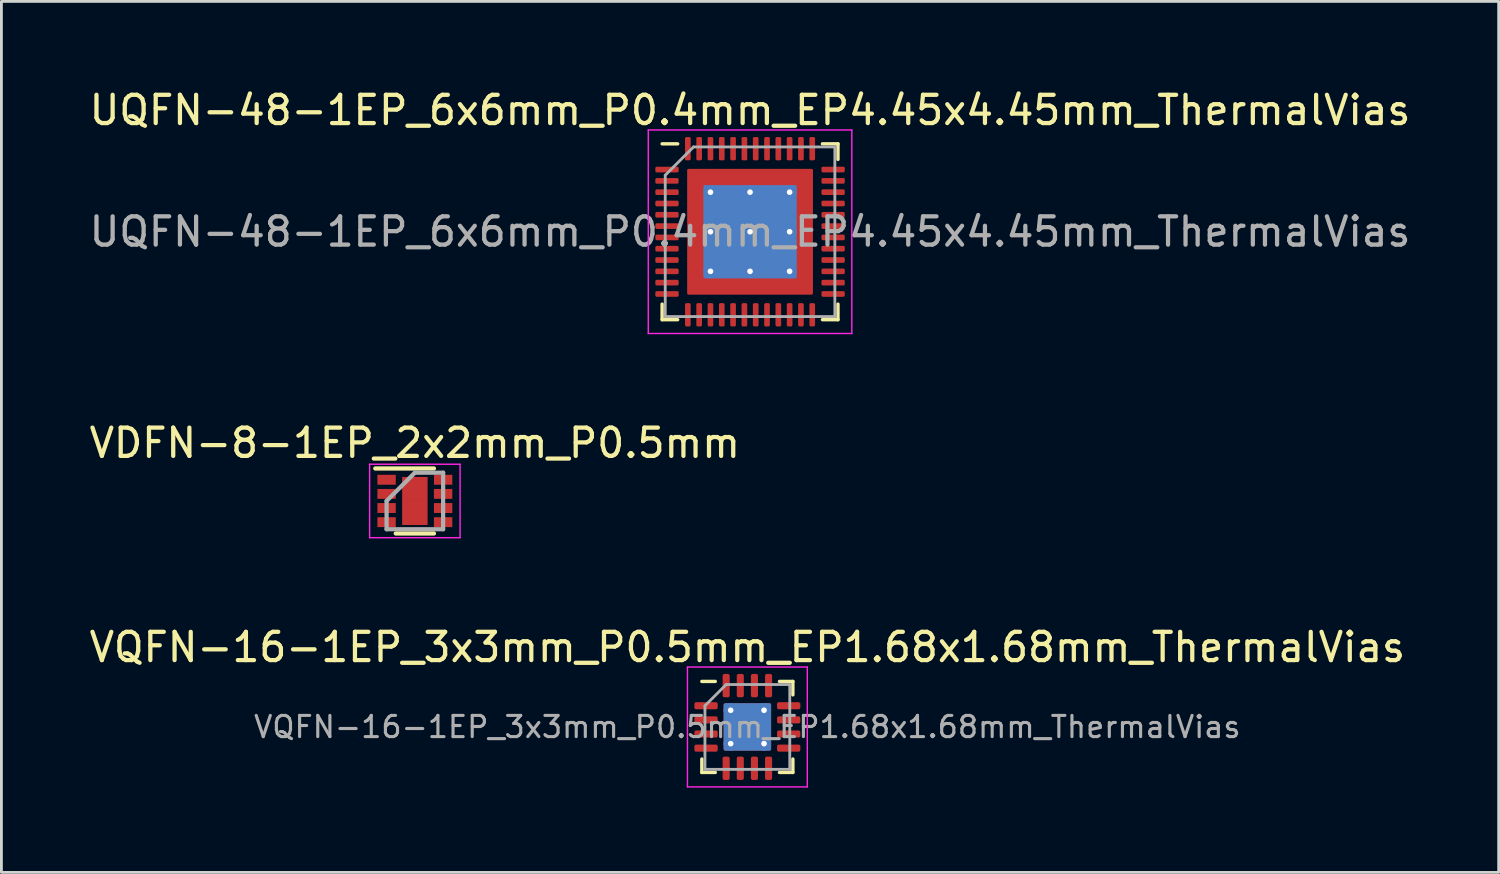
<source format=kicad_pcb>
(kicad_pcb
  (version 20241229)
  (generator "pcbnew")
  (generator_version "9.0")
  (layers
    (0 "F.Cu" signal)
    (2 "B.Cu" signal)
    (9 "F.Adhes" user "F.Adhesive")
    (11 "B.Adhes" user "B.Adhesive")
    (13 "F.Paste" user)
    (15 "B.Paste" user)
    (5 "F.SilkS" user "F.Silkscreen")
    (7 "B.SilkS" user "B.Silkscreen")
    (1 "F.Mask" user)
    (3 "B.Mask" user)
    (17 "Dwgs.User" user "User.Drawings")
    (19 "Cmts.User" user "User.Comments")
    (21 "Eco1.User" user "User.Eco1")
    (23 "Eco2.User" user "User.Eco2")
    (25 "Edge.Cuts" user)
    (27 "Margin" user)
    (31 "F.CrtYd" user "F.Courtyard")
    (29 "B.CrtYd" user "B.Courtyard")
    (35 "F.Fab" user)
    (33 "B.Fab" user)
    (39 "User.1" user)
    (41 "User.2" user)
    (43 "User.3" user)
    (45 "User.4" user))
  (footprint "VQFN-16-1EP_3x3mm_P0.5mm_EP1.68x1.68mm_ThermalVias"
    (layer "F.Cu")
    (at 23.387 22.665)
    (property "Reference" "VQFN-16-1EP_3x3mm_P0.5mm_EP1.68x1.68mm_ThermalVias" (at 0 -2.82 0) (layer "F.SilkS") (effects (font (size 1 1) (thickness 0.15))))
    (attr smd)
    (fp_line (start -1.61 1.61) (end -1.61 1.135) (stroke (width 0.12) (type solid)) (layer "F.SilkS"))
    (fp_line (start -1.135 -1.61) (end -1.61 -1.61) (stroke (width 0.12) (type solid)) (layer "F.SilkS"))
    (fp_line (start -1.135 1.61) (end -1.61 1.61) (stroke (width 0.12) (type solid)) (layer "F.SilkS"))
    (fp_line (start 1.135 -1.61) (end 1.61 -1.61) (stroke (width 0.12) (type solid)) (layer "F.SilkS"))
    (fp_line (start 1.135 1.61) (end 1.61 1.61) (stroke (width 0.12) (type solid)) (layer "F.SilkS"))
    (fp_line (start 1.61 -1.61) (end 1.61 -1.135) (stroke (width 0.12) (type solid)) (layer "F.SilkS"))
    (fp_line (start 1.61 1.61) (end 1.61 1.135) (stroke (width 0.12) (type solid)) (layer "F.SilkS"))
    (fp_line (start -2.12 -2.12) (end -2.12 2.12) (stroke (width 0.05) (type solid)) (layer "F.CrtYd"))
    (fp_line (start -2.12 2.12) (end 2.12 2.12) (stroke (width 0.05) (type solid)) (layer "F.CrtYd"))
    (fp_line (start 2.12 -2.12) (end -2.12 -2.12) (stroke (width 0.05) (type solid)) (layer "F.CrtYd"))
    (fp_line (start 2.12 2.12) (end 2.12 -2.12) (stroke (width 0.05) (type solid)) (layer "F.CrtYd"))
    (fp_line (start -1.5 -0.75) (end -0.75 -1.5) (stroke (width 0.1) (type solid)) (layer "F.Fab"))
    (fp_line (start -1.5 1.5) (end -1.5 -0.75) (stroke (width 0.1) (type solid)) (layer "F.Fab"))
    (fp_line (start -0.75 -1.5) (end 1.5 -1.5) (stroke (width 0.1) (type solid)) (layer "F.Fab"))
    (fp_line (start 1.5 -1.5) (end 1.5 1.5) (stroke (width 0.1) (type solid)) (layer "F.Fab"))
    (fp_line (start 1.5 1.5) (end -1.5 1.5) (stroke (width 0.1) (type solid)) (layer "F.Fab"))
    (fp_text user "${REFERENCE}" (at 0 0 0) (layer "F.Fab") (effects (font (size 0.75 0.75) (thickness 0.11))))
    (pad "" smd roundrect (at -0.42 -0.42) (size 0.73 0.73) (layers "F.Paste") (roundrect_rratio 0.25))
    (pad "" smd roundrect (at -0.42 0.42) (size 0.73 0.73) (layers "F.Paste") (roundrect_rratio 0.25))
    (pad "" smd roundrect (at 0.42 -0.42) (size 0.73 0.73) (layers "F.Paste") (roundrect_rratio 0.25))
    (pad "" smd roundrect (at 0.42 0.42) (size 0.73 0.73) (layers "F.Paste") (roundrect_rratio 0.25))
    (pad "1" smd roundrect (at -1.462 -0.75) (size 0.825 0.25) (layers "F.Cu" "F.Mask" "F.Paste") (roundrect_rratio 0.25))
    (pad "2" smd roundrect (at -1.462 -0.25) (size 0.825 0.25) (layers "F.Cu" "F.Mask" "F.Paste") (roundrect_rratio 0.25))
    (pad "3" smd roundrect (at -1.462 0.25) (size 0.825 0.25) (layers "F.Cu" "F.Mask" "F.Paste") (roundrect_rratio 0.25))
    (pad "4" smd roundrect (at -1.462 0.75) (size 0.825 0.25) (layers "F.Cu" "F.Mask" "F.Paste") (roundrect_rratio 0.25))
    (pad "5" smd roundrect (at -0.75 1.462) (size 0.25 0.825) (layers "F.Cu" "F.Mask" "F.Paste") (roundrect_rratio 0.25))
    (pad "6" smd roundrect (at -0.25 1.462) (size 0.25 0.825) (layers "F.Cu" "F.Mask" "F.Paste") (roundrect_rratio 0.25))
    (pad "7" smd roundrect (at 0.25 1.462) (size 0.25 0.825) (layers "F.Cu" "F.Mask" "F.Paste") (roundrect_rratio 0.25))
    (pad "8" smd roundrect (at 0.75 1.462) (size 0.25 0.825) (layers "F.Cu" "F.Mask" "F.Paste") (roundrect_rratio 0.25))
    (pad "9" smd roundrect (at 1.462 0.75) (size 0.825 0.25) (layers "F.Cu" "F.Mask" "F.Paste") (roundrect_rratio 0.25))
    (pad "10" smd roundrect (at 1.462 0.25) (size 0.825 0.25) (layers "F.Cu" "F.Mask" "F.Paste") (roundrect_rratio 0.25))
    (pad "11" smd roundrect (at 1.462 -0.25) (size 0.825 0.25) (layers "F.Cu" "F.Mask" "F.Paste") (roundrect_rratio 0.25))
    (pad "12" smd roundrect (at 1.462 -0.75) (size 0.825 0.25) (layers "F.Cu" "F.Mask" "F.Paste") (roundrect_rratio 0.25))
    (pad "13" smd roundrect (at 0.75 -1.462) (size 0.25 0.825) (layers "F.Cu" "F.Mask" "F.Paste") (roundrect_rratio 0.25))
    (pad "14" smd roundrect (at 0.25 -1.462) (size 0.25 0.825) (layers "F.Cu" "F.Mask" "F.Paste") (roundrect_rratio 0.25))
    (pad "15" smd roundrect (at -0.25 -1.462) (size 0.25 0.825) (layers "F.Cu" "F.Mask" "F.Paste") (roundrect_rratio 0.25))
    (pad "16" smd roundrect (at -0.75 -1.462) (size 0.25 0.825) (layers "F.Cu" "F.Mask" "F.Paste") (roundrect_rratio 0.25))
    (pad "17" thru_hole circle (at -0.59 -0.59) (size 0.5 0.5) (drill 0.2) (layers "*.Cu"))
    (pad "17" thru_hole circle (at -0.59 0.59) (size 0.5 0.5) (drill 0.2) (layers "*.Cu"))
    (pad "17" smd roundrect (at 0 0) (size 1.68 1.68) (layers "F.Cu" "F.Mask") (roundrect_rratio 0.037))
    (pad "17" smd roundrect (at 0 0) (size 1.68 1.68) (layers "B.Cu") (roundrect_rratio 0.037))
    (pad "17" thru_hole circle (at 0.59 -0.59) (size 0.5 0.5) (drill 0.2) (layers "*.Cu"))
    (pad "17" thru_hole circle (at 0.59 0.59) (size 0.5 0.5) (drill 0.2) (layers "*.Cu")))
  (footprint "UQFN-48-1EP_6x6mm_P0.4mm_EP4.45x4.45mm_ThermalVias"
    (layer "F.Cu")
    (at 23.482 5.148)
    (property "Reference" "UQFN-48-1EP_6x6mm_P0.4mm_EP4.45x4.45mm_ThermalVias" (at 0 -4.3 0) (layer "F.SilkS") (effects (font (size 1 1) (thickness 0.15))))
    (attr smd)
    (fp_line (start -3.11 3.11) (end -3.11 2.56) (stroke (width 0.12) (type solid)) (layer "F.SilkS"))
    (fp_line (start -2.56 -3.11) (end -3.11 -3.11) (stroke (width 0.12) (type solid)) (layer "F.SilkS"))
    (fp_line (start -2.56 3.11) (end -3.11 3.11) (stroke (width 0.12) (type solid)) (layer "F.SilkS"))
    (fp_line (start 2.56 -3.11) (end 3.11 -3.11) (stroke (width 0.12) (type solid)) (layer "F.SilkS"))
    (fp_line (start 2.56 3.11) (end 3.11 3.11) (stroke (width 0.12) (type solid)) (layer "F.SilkS"))
    (fp_line (start 3.11 -3.11) (end 3.11 -2.56) (stroke (width 0.12) (type solid)) (layer "F.SilkS"))
    (fp_line (start 3.11 3.11) (end 3.11 2.56) (stroke (width 0.12) (type solid)) (layer "F.SilkS"))
    (fp_line (start -3.6 -3.6) (end -3.6 3.6) (stroke (width 0.05) (type solid)) (layer "F.CrtYd"))
    (fp_line (start -3.6 3.6) (end 3.6 3.6) (stroke (width 0.05) (type solid)) (layer "F.CrtYd"))
    (fp_line (start 3.6 -3.6) (end -3.6 -3.6) (stroke (width 0.05) (type solid)) (layer "F.CrtYd"))
    (fp_line (start 3.6 3.6) (end 3.6 -3.6) (stroke (width 0.05) (type solid)) (layer "F.CrtYd"))
    (fp_line (start -3 -2) (end -2 -3) (stroke (width 0.1) (type solid)) (layer "F.Fab"))
    (fp_line (start -3 3) (end -3 -2) (stroke (width 0.1) (type solid)) (layer "F.Fab"))
    (fp_line (start -2 -3) (end 3 -3) (stroke (width 0.1) (type solid)) (layer "F.Fab"))
    (fp_line (start 3 -3) (end 3 3) (stroke (width 0.1) (type solid)) (layer "F.Fab"))
    (fp_line (start 3 3) (end -3 3) (stroke (width 0.1) (type solid)) (layer "F.Fab"))
    (fp_text user "${REFERENCE}" (at 0 0 0) (layer "F.Fab") (effects (font (size 1 1) (thickness 0.15))))
    (pad "" smd custom (at -1.812 -1.812) (size 0.578 0.578) (layers "F.Paste") (options (anchor circle)) (primitives (gr_poly (pts (xy -0.246 -0.246) (xy 0.246 -0.246) (xy 0.246 0.174) (xy 0.174 0.246) (xy -0.246 0.246)) (width 0.174) (fill yes))))
    (pad "" smd roundrect (at -1.812 -0.7) (size 0.665 1.129) (layers "F.Paste") (roundrect_rratio 0.25))
    (pad "" smd roundrect (at -1.812 0.7) (size 0.665 1.129) (layers "F.Paste") (roundrect_rratio 0.25))
    (pad "" smd custom (at -1.812 1.812) (size 0.578 0.578) (layers "F.Paste") (options (anchor circle)) (primitives (gr_poly (pts (xy -0.246 -0.246) (xy 0.174 -0.246) (xy 0.246 -0.174) (xy 0.246 0.246) (xy -0.246 0.246)) (width 0.174) (fill yes))))
    (pad "" smd roundrect (at -0.7 -1.812) (size 1.129 0.665) (layers "F.Paste") (roundrect_rratio 0.25))
    (pad "" smd roundrect (at -0.7 -0.7) (size 1.129 1.129) (layers "F.Paste") (roundrect_rratio 0.221))
    (pad "" smd roundrect (at -0.7 0.7) (size 1.129 1.129) (layers "F.Paste") (roundrect_rratio 0.221))
    (pad "" smd roundrect (at -0.7 1.812) (size 1.129 0.665) (layers "F.Paste") (roundrect_rratio 0.25))
    (pad "" smd roundrect (at 0.7 -1.812) (size 1.129 0.665) (layers "F.Paste") (roundrect_rratio 0.25))
    (pad "" smd roundrect (at 0.7 -0.7) (size 1.129 1.129) (layers "F.Paste") (roundrect_rratio 0.221))
    (pad "" smd roundrect (at 0.7 0.7) (size 1.129 1.129) (layers "F.Paste") (roundrect_rratio 0.221))
    (pad "" smd roundrect (at 0.7 1.812) (size 1.129 0.665) (layers "F.Paste") (roundrect_rratio 0.25))
    (pad "" smd custom (at 1.812 -1.812) (size 0.578 0.578) (layers "F.Paste") (options (anchor circle)) (primitives (gr_poly (pts (xy -0.246 -0.246) (xy 0.246 -0.246) (xy 0.246 0.246) (xy -0.174 0.246) (xy -0.246 0.174)) (width 0.174) (fill yes))))
    (pad "" smd roundrect (at 1.812 -0.7) (size 0.665 1.129) (layers "F.Paste") (roundrect_rratio 0.25))
    (pad "" smd roundrect (at 1.812 0.7) (size 0.665 1.129) (layers "F.Paste") (roundrect_rratio 0.25))
    (pad "" smd custom (at 1.812 1.812) (size 0.578 0.578) (layers "F.Paste") (options (anchor circle)) (primitives (gr_poly (pts (xy -0.246 -0.174) (xy -0.174 -0.246) (xy 0.246 -0.246) (xy 0.246 0.246) (xy -0.246 0.246)) (width 0.174) (fill yes))))
    (pad "1" smd roundrect (at -2.938 -2.2) (size 0.825 0.2) (layers "F.Cu" "F.Mask" "F.Paste") (roundrect_rratio 0.25))
    (pad "2" smd roundrect (at -2.938 -1.8) (size 0.825 0.2) (layers "F.Cu" "F.Mask" "F.Paste") (roundrect_rratio 0.25))
    (pad "3" smd roundrect (at -2.938 -1.4) (size 0.825 0.2) (layers "F.Cu" "F.Mask" "F.Paste") (roundrect_rratio 0.25))
    (pad "4" smd roundrect (at -2.938 -1) (size 0.825 0.2) (layers "F.Cu" "F.Mask" "F.Paste") (roundrect_rratio 0.25))
    (pad "5" smd roundrect (at -2.938 -0.6) (size 0.825 0.2) (layers "F.Cu" "F.Mask" "F.Paste") (roundrect_rratio 0.25))
    (pad "6" smd roundrect (at -2.938 -0.2) (size 0.825 0.2) (layers "F.Cu" "F.Mask" "F.Paste") (roundrect_rratio 0.25))
    (pad "7" smd roundrect (at -2.938 0.2) (size 0.825 0.2) (layers "F.Cu" "F.Mask" "F.Paste") (roundrect_rratio 0.25))
    (pad "8" smd roundrect (at -2.938 0.6) (size 0.825 0.2) (layers "F.Cu" "F.Mask" "F.Paste") (roundrect_rratio 0.25))
    (pad "9" smd roundrect (at -2.938 1) (size 0.825 0.2) (layers "F.Cu" "F.Mask" "F.Paste") (roundrect_rratio 0.25))
    (pad "10" smd roundrect (at -2.938 1.4) (size 0.825 0.2) (layers "F.Cu" "F.Mask" "F.Paste") (roundrect_rratio 0.25))
    (pad "11" smd roundrect (at -2.938 1.8) (size 0.825 0.2) (layers "F.Cu" "F.Mask" "F.Paste") (roundrect_rratio 0.25))
    (pad "12" smd roundrect (at -2.938 2.2) (size 0.825 0.2) (layers "F.Cu" "F.Mask" "F.Paste") (roundrect_rratio 0.25))
    (pad "13" smd roundrect (at -2.2 2.938) (size 0.2 0.825) (layers "F.Cu" "F.Mask" "F.Paste") (roundrect_rratio 0.25))
    (pad "14" smd roundrect (at -1.8 2.938) (size 0.2 0.825) (layers "F.Cu" "F.Mask" "F.Paste") (roundrect_rratio 0.25))
    (pad "15" smd roundrect (at -1.4 2.938) (size 0.2 0.825) (layers "F.Cu" "F.Mask" "F.Paste") (roundrect_rratio 0.25))
    (pad "16" smd roundrect (at -1 2.938) (size 0.2 0.825) (layers "F.Cu" "F.Mask" "F.Paste") (roundrect_rratio 0.25))
    (pad "17" smd roundrect (at -0.6 2.938) (size 0.2 0.825) (layers "F.Cu" "F.Mask" "F.Paste") (roundrect_rratio 0.25))
    (pad "18" smd roundrect (at -0.2 2.938) (size 0.2 0.825) (layers "F.Cu" "F.Mask" "F.Paste") (roundrect_rratio 0.25))
    (pad "19" smd roundrect (at 0.2 2.938) (size 0.2 0.825) (layers "F.Cu" "F.Mask" "F.Paste") (roundrect_rratio 0.25))
    (pad "20" smd roundrect (at 0.6 2.938) (size 0.2 0.825) (layers "F.Cu" "F.Mask" "F.Paste") (roundrect_rratio 0.25))
    (pad "21" smd roundrect (at 1 2.938) (size 0.2 0.825) (layers "F.Cu" "F.Mask" "F.Paste") (roundrect_rratio 0.25))
    (pad "22" smd roundrect (at 1.4 2.938) (size 0.2 0.825) (layers "F.Cu" "F.Mask" "F.Paste") (roundrect_rratio 0.25))
    (pad "23" smd roundrect (at 1.8 2.938) (size 0.2 0.825) (layers "F.Cu" "F.Mask" "F.Paste") (roundrect_rratio 0.25))
    (pad "24" smd roundrect (at 2.2 2.938) (size 0.2 0.825) (layers "F.Cu" "F.Mask" "F.Paste") (roundrect_rratio 0.25))
    (pad "25" smd roundrect (at 2.938 2.2) (size 0.825 0.2) (layers "F.Cu" "F.Mask" "F.Paste") (roundrect_rratio 0.25))
    (pad "26" smd roundrect (at 2.938 1.8) (size 0.825 0.2) (layers "F.Cu" "F.Mask" "F.Paste") (roundrect_rratio 0.25))
    (pad "27" smd roundrect (at 2.938 1.4) (size 0.825 0.2) (layers "F.Cu" "F.Mask" "F.Paste") (roundrect_rratio 0.25))
    (pad "28" smd roundrect (at 2.938 1) (size 0.825 0.2) (layers "F.Cu" "F.Mask" "F.Paste") (roundrect_rratio 0.25))
    (pad "29" smd roundrect (at 2.938 0.6) (size 0.825 0.2) (layers "F.Cu" "F.Mask" "F.Paste") (roundrect_rratio 0.25))
    (pad "30" smd roundrect (at 2.938 0.2) (size 0.825 0.2) (layers "F.Cu" "F.Mask" "F.Paste") (roundrect_rratio 0.25))
    (pad "31" smd roundrect (at 2.938 -0.2) (size 0.825 0.2) (layers "F.Cu" "F.Mask" "F.Paste") (roundrect_rratio 0.25))
    (pad "32" smd roundrect (at 2.938 -0.6) (size 0.825 0.2) (layers "F.Cu" "F.Mask" "F.Paste") (roundrect_rratio 0.25))
    (pad "33" smd roundrect (at 2.938 -1) (size 0.825 0.2) (layers "F.Cu" "F.Mask" "F.Paste") (roundrect_rratio 0.25))
    (pad "34" smd roundrect (at 2.938 -1.4) (size 0.825 0.2) (layers "F.Cu" "F.Mask" "F.Paste") (roundrect_rratio 0.25))
    (pad "35" smd roundrect (at 2.938 -1.8) (size 0.825 0.2) (layers "F.Cu" "F.Mask" "F.Paste") (roundrect_rratio 0.25))
    (pad "36" smd roundrect (at 2.938 -2.2) (size 0.825 0.2) (layers "F.Cu" "F.Mask" "F.Paste") (roundrect_rratio 0.25))
    (pad "37" smd roundrect (at 2.2 -2.938) (size 0.2 0.825) (layers "F.Cu" "F.Mask" "F.Paste") (roundrect_rratio 0.25))
    (pad "38" smd roundrect (at 1.8 -2.938) (size 0.2 0.825) (layers "F.Cu" "F.Mask" "F.Paste") (roundrect_rratio 0.25))
    (pad "39" smd roundrect (at 1.4 -2.938) (size 0.2 0.825) (layers "F.Cu" "F.Mask" "F.Paste") (roundrect_rratio 0.25))
    (pad "40" smd roundrect (at 1 -2.938) (size 0.2 0.825) (layers "F.Cu" "F.Mask" "F.Paste") (roundrect_rratio 0.25))
    (pad "41" smd roundrect (at 0.6 -2.938) (size 0.2 0.825) (layers "F.Cu" "F.Mask" "F.Paste") (roundrect_rratio 0.25))
    (pad "42" smd roundrect (at 0.2 -2.938) (size 0.2 0.825) (layers "F.Cu" "F.Mask" "F.Paste") (roundrect_rratio 0.25))
    (pad "43" smd roundrect (at -0.2 -2.938) (size 0.2 0.825) (layers "F.Cu" "F.Mask" "F.Paste") (roundrect_rratio 0.25))
    (pad "44" smd roundrect (at -0.6 -2.938) (size 0.2 0.825) (layers "F.Cu" "F.Mask" "F.Paste") (roundrect_rratio 0.25))
    (pad "45" smd roundrect (at -1 -2.938) (size 0.2 0.825) (layers "F.Cu" "F.Mask" "F.Paste") (roundrect_rratio 0.25))
    (pad "46" smd roundrect (at -1.4 -2.938) (size 0.2 0.825) (layers "F.Cu" "F.Mask" "F.Paste") (roundrect_rratio 0.25))
    (pad "47" smd roundrect (at -1.8 -2.938) (size 0.2 0.825) (layers "F.Cu" "F.Mask" "F.Paste") (roundrect_rratio 0.25))
    (pad "48" smd roundrect (at -2.2 -2.938) (size 0.2 0.825) (layers "F.Cu" "F.Mask" "F.Paste") (roundrect_rratio 0.25))
    (pad "49" thru_hole circle (at -1.4 -1.4) (size 0.5 0.5) (drill 0.2) (layers "*.Cu"))
    (pad "49" thru_hole circle (at -1.4 0) (size 0.5 0.5) (drill 0.2) (layers "*.Cu"))
    (pad "49" thru_hole circle (at -1.4 1.4) (size 0.5 0.5) (drill 0.2) (layers "*.Cu"))
    (pad "49" thru_hole circle (at 0 -1.4) (size 0.5 0.5) (drill 0.2) (layers "*.Cu"))
    (pad "49" thru_hole circle (at 0 0) (size 0.5 0.5) (drill 0.2) (layers "*.Cu"))
    (pad "49" smd roundrect (at 0 0) (size 3.3 3.3) (layers "B.Cu") (roundrect_rratio 0.015))
    (pad "49" smd roundrect (at 0 0) (size 4.45 4.45) (layers "F.Cu" "F.Mask") (roundrect_rratio 0.011))
    (pad "49" thru_hole circle (at 0 1.4) (size 0.5 0.5) (drill 0.2) (layers "*.Cu"))
    (pad "49" thru_hole circle (at 1.4 -1.4) (size 0.5 0.5) (drill 0.2) (layers "*.Cu"))
    (pad "49" thru_hole circle (at 1.4 0) (size 0.5 0.5) (drill 0.2) (layers "*.Cu"))
    (pad "49" thru_hole circle (at 1.4 1.4) (size 0.5 0.5) (drill 0.2) (layers "*.Cu")))
  (footprint "VDFN-8-1EP_2x2mm_P0.5mm"
    (layer "F.Cu")
    (at 11.625 14.671)
    (property "Reference" "VDFN-8-1EP_2x2mm_P0.5mm" (at 0 -2.05 0) (layer "F.SilkS") (effects (font (size 1 1) (thickness 0.15))))
    (attr smd)
    (fp_line (start -1.4 -1.15) (end 0.675 -1.15) (stroke (width 0.15) (type solid)) (layer "F.SilkS"))
    (fp_line (start -0.675 1.15) (end 0.675 1.15) (stroke (width 0.15) (type solid)) (layer "F.SilkS"))
    (fp_line (start -1.6 -1.3) (end -1.6 1.3) (stroke (width 0.05) (type solid)) (layer "F.CrtYd"))
    (fp_line (start -1.6 -1.3) (end 1.6 -1.3) (stroke (width 0.05) (type solid)) (layer "F.CrtYd"))
    (fp_line (start -1.6 1.3) (end 1.6 1.3) (stroke (width 0.05) (type solid)) (layer "F.CrtYd"))
    (fp_line (start 1.6 -1.3) (end 1.6 1.3) (stroke (width 0.05) (type solid)) (layer "F.CrtYd"))
    (fp_line (start -1 0) (end 0 -1) (stroke (width 0.15) (type solid)) (layer "F.Fab"))
    (fp_line (start -1 1) (end -1 0) (stroke (width 0.15) (type solid)) (layer "F.Fab"))
    (fp_line (start 0 -1) (end 1 -1) (stroke (width 0.15) (type solid)) (layer "F.Fab"))
    (fp_line (start 1 -1) (end 1 1) (stroke (width 0.15) (type solid)) (layer "F.Fab"))
    (fp_line (start 1 1) (end -1 1) (stroke (width 0.15) (type solid)) (layer "F.Fab"))
    (pad "1" smd rect (at -1 -0.75) (size 0.65 0.35) (layers "F.Cu" "F.Mask" "F.Paste"))
    (pad "2" smd rect (at -1 -0.25) (size 0.65 0.35) (layers "F.Cu" "F.Mask" "F.Paste"))
    (pad "3" smd rect (at -1 0.25) (size 0.65 0.35) (layers "F.Cu" "F.Mask" "F.Paste"))
    (pad "4" smd rect (at -1 0.75) (size 0.65 0.35) (layers "F.Cu" "F.Mask" "F.Paste"))
    (pad "5" smd rect (at 1 0.75) (size 0.65 0.35) (layers "F.Cu" "F.Mask" "F.Paste"))
    (pad "6" smd rect (at 1 0.25) (size 0.65 0.35) (layers "F.Cu" "F.Mask" "F.Paste"))
    (pad "7" smd rect (at 1 -0.25) (size 0.65 0.35) (layers "F.Cu" "F.Mask" "F.Paste"))
    (pad "8" smd rect (at 1 -0.75) (size 0.65 0.35) (layers "F.Cu" "F.Mask" "F.Paste"))
    (pad "9" smd rect (at 0 -0.425) (size 0.9 0.85) (layers "F.Cu" "F.Mask" "F.Paste"))
    (pad "9" smd rect (at 0 0.425) (size 0.9 0.85) (layers "F.Cu" "F.Mask" "F.Paste")))
  (gr_rect
    (start -3 -3)
    (end 49.964 27.81)
    (stroke (width 0.1) (type default))
    (fill no)
    (layer "Edge.Cuts")))
</source>
